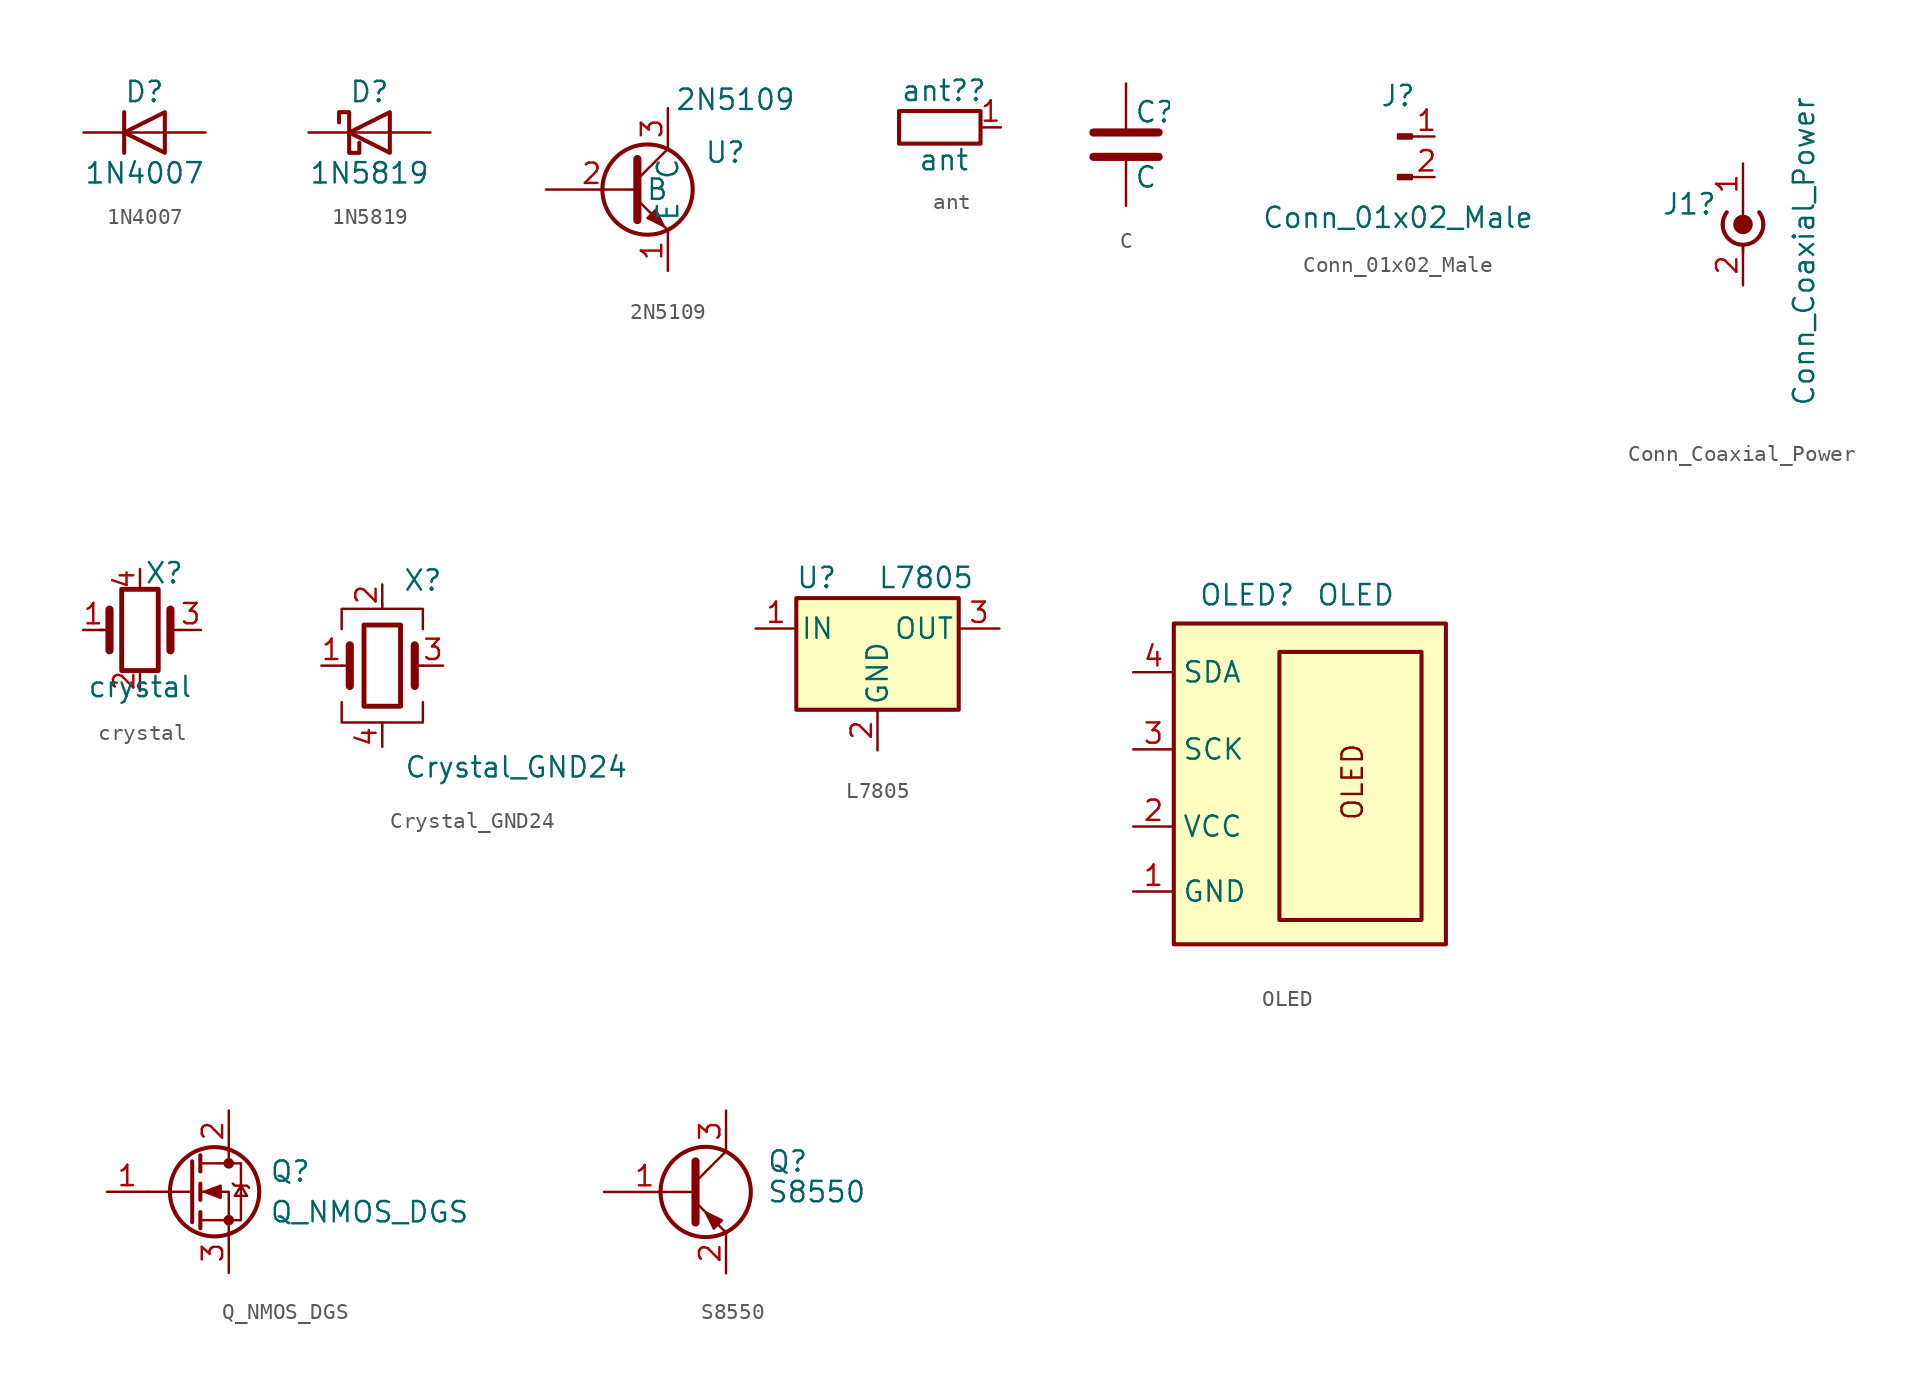
<source format=kicad_sym>
(kicad_symbol_lib
  (version 20211014)
  (generator kicad_symbol_editor)
  (symbol "1N4007"
    (pin_numbers hide)
    (pin_names
      (offset 1.016) hide)
    (property "Reference" "D"
      (at 0 2.54 0)
      (effects (font (size 1.27 1.27))))
    (property "Value" "1N4007"
      (at 0 -2.54 0)
      (effects (font (size 1.27 1.27))))
    (symbol "1N4007_0_1"
      (polyline (pts (xy -1.27 1.27) (xy -1.27 -1.27)) (stroke (width 0.254) (type default) (color 0 0 0 0)) (fill (type none)))
      (polyline (pts (xy 1.27 0) (xy -1.27 0)) (stroke (width 0) (type default) (color 0 0 0 0)) (fill (type none)))
      (polyline (pts (xy 1.27 1.27) (xy 1.27 -1.27) (xy -1.27 0) (xy 1.27 1.27)) (stroke (width 0.254) (type default) (color 0 0 0 0)) (fill (type none))))
    (symbol "1N4007_1_1"
      (pin passive line (at -3.81 0 0) (length 2.54) (name "K" (effects (font (size 1.27 1.27)))) (number "1" (effects (font (size 1.27 1.27)))))
      (pin passive line (at 3.81 0 180) (length 2.54) (name "A" (effects (font (size 1.27 1.27)))) (number "2" (effects (font (size 1.27 1.27)))))))
  (symbol "1N5819"
    (pin_numbers hide)
    (pin_names
      (offset 1.016) hide)
    (property "Reference" "D"
      (at 0 2.54 0)
      (effects (font (size 1.27 1.27))))
    (property "Value" "1N5819"
      (at 0 -2.54 0)
      (effects (font (size 1.27 1.27))))
    (symbol "1N5819_0_1"
      (polyline (pts (xy 1.27 0) (xy -1.27 0)) (stroke (width 0) (type default) (color 0 0 0 0)) (fill (type none)))
      (polyline (pts (xy 1.27 1.27) (xy 1.27 -1.27) (xy -1.27 0) (xy 1.27 1.27)) (stroke (width 0.254) (type default) (color 0 0 0 0)) (fill (type none)))
      (polyline (pts (xy -1.905 0.635) (xy -1.905 1.27) (xy -1.27 1.27) (xy -1.27 -1.27) (xy -0.635 -1.27) (xy -0.635 -0.635)) (stroke (width 0.254) (type default) (color 0 0 0 0)) (fill (type none))))
    (symbol "1N5819_1_1"
      (pin passive line (at -3.81 0 0) (length 2.54) (name "K" (effects (font (size 1.27 1.27)))) (number "1" (effects (font (size 1.27 1.27)))))
      (pin passive line (at 3.81 0 180) (length 2.54) (name "A" (effects (font (size 1.27 1.27)))) (number "2" (effects (font (size 1.27 1.27)))))))
  (symbol "2N5109"
    (property "Reference" "U"
      (at 11.201 -1.854 0)
      (effects (font (size 1.27 1.27))))
    (property "Value" "2N5109"
      (at 11.836 1.448 0)
      (effects (font (size 1.27 1.27))))
    (symbol "2N5109_0_1"
      (polyline (pts (xy 5.715 -3.531) (xy 7.62 -1.626)) (stroke (width 0) (type default) (color 0 0 0 0)) (fill (type none)))
      (polyline (pts (xy 5.715 -4.801) (xy 7.62 -6.706) (xy 7.62 -6.706)) (stroke (width 0) (type default) (color 0 0 0 0)) (fill (type none)))
      (polyline (pts (xy 5.715 -2.261) (xy 5.715 -6.071) (xy 5.715 -6.071)) (stroke (width 0.508) (type default) (color 0 0 0 0)) (fill (type none)))
      (polyline (pts (xy 6.35 -5.944) (xy 6.858 -5.436) (xy 7.366 -6.452) (xy 6.35 -5.944) (xy 6.35 -5.944)) (stroke (width 0) (type default) (color 0 0 0 0)) (fill (type outline)))
      (circle (center 6.35 -4.166) (radius 2.819) (stroke (width 0.254) (type default) (color 0 0 0 0)) (fill (type none))))
    (symbol "2N5109_1_1"
      (pin passive line (at 7.62 -9.246 90) (length 2.54) (name "E" (effects (font (size 1.27 1.27)))) (number "1" (effects (font (size 1.27 1.27)))))
      (pin passive line (at 0 -4.166 0) (length 5.715) (name "B" (effects (font (size 1.27 1.27)))) (number "2" (effects (font (size 1.27 1.27)))))
      (pin passive line (at 7.62 0.914 270) (length 2.54) (name "C" (effects (font (size 1.27 1.27)))) (number "3" (effects (font (size 1.27 1.27)))))))
  (symbol "ant"
    (property "Reference" "ant?"
      (at 0 2.286 0)
      (effects (font (size 1.27 1.27))))
    (property "Value" "ant"
      (at 0 -2.032 0)
      (effects (font (size 1.27 1.27))))
    (symbol "ant_0_1"
      (rectangle (start 2.286 -1.016) (end -2.794 1.016) (stroke (width 0.254) (type default) (color 0 0 0 0)) (fill (type none))))
    (symbol "ant_1_1"
      (pin passive line (at 3.556 0 180) (length 1.27) (name "~" (effects (font (size 1.27 1.27)))) (number "1" (effects (font (size 1.27 1.27)))))))
  (symbol "C"
    (pin_numbers hide)
    (pin_names
      (offset 0.254))
    (property "Reference" "C"
      (at 0.508 2.032 0)
      (effects (font (size 1.27 1.27)) (justify left)))
    (property "Value" "C"
      (at 0.508 -2.032 0)
      (effects (font (size 1.27 1.27)) (justify left)))
    (symbol "C_0_1"
      (polyline (pts (xy -2.032 -0.762) (xy 2.032 -0.762)) (stroke (width 0.508) (type default) (color 0 0 0 0)) (fill (type none)))
      (polyline (pts (xy -2.032 0.762) (xy 2.032 0.762)) (stroke (width 0.508) (type default) (color 0 0 0 0)) (fill (type none))))
    (symbol "C_1_1"
      (pin passive line (at 0 3.81 270) (length 2.794) (name "~" (effects (font (size 1.27 1.27)))) (number "1" (effects (font (size 1.27 1.27)))))
      (pin passive line (at 0 -3.81 90) (length 2.794) (name "~" (effects (font (size 1.27 1.27)))) (number "2" (effects (font (size 1.27 1.27)))))))
  (symbol "Conn_01x02_Male"
    (pin_names
      (offset 1.016) hide)
    (property "Reference" "J"
      (at 0 2.54 0)
      (effects (font (size 1.27 1.27))))
    (property "Value" "Conn_01x02_Male"
      (at 0 -5.08 0)
      (effects (font (size 1.27 1.27))))
    (symbol "Conn_01x02_Male_1_1"
      (polyline (pts (xy 1.27 -2.54) (xy 0.864 -2.54)) (stroke (width 0.152) (type default) (color 0 0 0 0)) (fill (type none)))
      (polyline (pts (xy 1.27 0) (xy 0.864 0)) (stroke (width 0.152) (type default) (color 0 0 0 0)) (fill (type none)))
      (rectangle (start 0.864 -2.413) (end 0 -2.667) (stroke (width 0.152) (type default) (color 0 0 0 0)) (fill (type outline)))
      (rectangle (start 0.864 0.127) (end 0 -0.127) (stroke (width 0.152) (type default) (color 0 0 0 0)) (fill (type outline)))
      (pin passive line (at 2.286 0 180) (length 1) (name "Pin_1" (effects (font (size 1.27 1.27)))) (number "1" (effects (font (size 1.27 1.27)))))
      (pin passive line (at 2.286 -2.54 180) (length 1) (name "Pin_2" (effects (font (size 1.27 1.27)))) (number "2" (effects (font (size 1.27 1.27)))))))
  (symbol "Conn_Coaxial_Power"
    (pin_names
      (offset 1.016) hide)
    (property "Reference" "J1"
      (at -5.08 0 0)
      (effects (font (size 1.27 1.27)) (justify left)))
    (property "Value" "Conn_Coaxial_Power"
      (at 3.81 -12.7 90)
      (effects (font (size 1.27 1.27)) (justify left)))
    (symbol "Conn_Coaxial_Power_0_1"
      (arc (start -1.27 -1.27) (mid 0 -2.54) (end 1.27 -1.27) (stroke (width 0.254) (type default) (color 0 0 0 0)) (fill (type none)))
      (arc (start -1.016 -0.508) (mid -1.2048 -0.8684) (end -1.27 -1.27) (stroke (width 0.254) (type default) (color 0 0 0 0)) (fill (type none)))
      (circle (center 0 -1.27) (radius 0.508) (stroke (width 0.203) (type default) (color 0 0 0 0)) (fill (type outline)))
      (polyline (pts (xy 0 -2.54) (xy 0 -3.048)) (stroke (width 0) (type default) (color 0 0 0 0)) (fill (type none)))
      (polyline (pts (xy 0 0) (xy 0 -1.27)) (stroke (width 0) (type default) (color 0 0 0 0)) (fill (type none)))
      (arc (start 1.27 -1.27) (mid 1.2048 -0.8684) (end 1.016 -0.508) (stroke (width 0.254) (type default) (color 0 0 0 0)) (fill (type none))))
    (symbol "Conn_Coaxial_Power_1_1"
      (pin passive line (at 0 2.54 270) (length 2.54) (name "In" (effects (font (size 1.27 1.27)))) (number "1" (effects (font (size 1.27 1.27)))))
      (pin power_out line (at 0 -5.08 90) (length 2.54) (name "Ext" (effects (font (size 1.27 1.27)))) (number "2" (effects (font (size 1.27 1.27)))))))
  (symbol "crystal"
    (property "Reference" "X"
      (at 1.524 3.556 0)
      (effects (font (size 1.27 1.27))))
    (property "Value" "crystal"
      (at 0 -3.556 0)
      (effects (font (size 1.27 1.27))))
    (symbol "crystal_0_1"
      (rectangle (start -1.143 2.54) (end 1.143 -2.54) (stroke (width 0.305) (type default) (color 0 0 0 0)) (fill (type none)))
      (polyline (pts (xy -2.54 0) (xy -1.905 0)) (stroke (width 0) (type default) (color 0 0 0 0)) (fill (type none)))
      (polyline (pts (xy -1.905 -1.27) (xy -1.905 1.27)) (stroke (width 0.508) (type default) (color 0 0 0 0)) (fill (type none)))
      (polyline (pts (xy 1.905 -1.27) (xy 1.905 1.27)) (stroke (width 0.508) (type default) (color 0 0 0 0)) (fill (type none)))
      (polyline (pts (xy 2.54 0) (xy 1.905 0)) (stroke (width 0) (type default) (color 0 0 0 0)) (fill (type none))))
    (symbol "crystal_1_1"
      (pin passive line (at -3.556 0 0) (length 1.27) (name "" (effects (font (size 1.27 1.27)))) (number "1" (effects (font (size 1.27 1.27)))))
      (pin passive line (at 0 -3.81 90) (length 1.27) (name "" (effects (font (size 1.27 1.27)))) (number "2" (effects (font (size 1.27 1.27)))))
      (pin passive line (at 3.81 0 180) (length 1.27) (name "" (effects (font (size 1.27 1.27)))) (number "3" (effects (font (size 1.27 1.27)))))
      (pin passive line (at 0 3.81 270) (length 1.27) (name "" (effects (font (size 1.27 1.27)))) (number "4" (effects (font (size 1.27 1.27)))))))
  (symbol "Crystal_GND24"
    (property "Reference" "X"
      (at 2.54 5.334 0)
      (effects (font (size 1.27 1.27))))
    (property "Value" "Crystal_GND24"
      (at 8.382 -6.35 0)
      (effects (font (size 1.27 1.27))))
    (symbol "Crystal_GND24_0_1"
      (rectangle (start -1.143 2.54) (end 1.143 -2.54) (stroke (width 0.305) (type default) (color 0 0 0 0)) (fill (type none)))
      (polyline (pts (xy -2.54 0) (xy -2.032 0)) (stroke (width 0) (type default) (color 0 0 0 0)) (fill (type none)))
      (polyline (pts (xy -2.032 -1.27) (xy -2.032 1.27)) (stroke (width 0.508) (type default) (color 0 0 0 0)) (fill (type none)))
      (polyline (pts (xy 0 -3.81) (xy 0 -3.556)) (stroke (width 0) (type default) (color 0 0 0 0)) (fill (type none)))
      (polyline (pts (xy 0 3.556) (xy 0 3.81)) (stroke (width 0) (type default) (color 0 0 0 0)) (fill (type none)))
      (polyline (pts (xy 2.032 -1.27) (xy 2.032 1.27)) (stroke (width 0.508) (type default) (color 0 0 0 0)) (fill (type none)))
      (polyline (pts (xy 2.032 0) (xy 2.54 0)) (stroke (width 0) (type default) (color 0 0 0 0)) (fill (type none)))
      (polyline (pts (xy -2.54 -2.286) (xy -2.54 -3.556) (xy 2.54 -3.556) (xy 2.54 -2.286)) (stroke (width 0) (type default) (color 0 0 0 0)) (fill (type none)))
      (polyline (pts (xy -2.54 2.286) (xy -2.54 3.556) (xy 2.54 3.556) (xy 2.54 2.286)) (stroke (width 0) (type default) (color 0 0 0 0)) (fill (type none))))
    (symbol "Crystal_GND24_1_1"
      (pin passive line (at -3.81 0 0) (length 1.27) (name "" (effects (font (size 1.27 1.27)))) (number "1" (effects (font (size 1.27 1.27)))))
      (pin passive line (at 0 5.08 270) (length 1.27) (name "" (effects (font (size 1.27 1.27)))) (number "2" (effects (font (size 1.27 1.27)))))
      (pin passive line (at 3.81 0 180) (length 1.27) (name "" (effects (font (size 1.27 1.27)))) (number "3" (effects (font (size 1.27 1.27)))))
      (pin passive line (at 0 -5.08 90) (length 1.27) (name "" (effects (font (size 1.27 1.27)))) (number "4" (effects (font (size 1.27 1.27)))))))
  (symbol "L7805"
    (pin_names
      (offset 0.254))
    (property "Reference" "U"
      (at -3.81 3.175 0)
      (effects (font (size 1.27 1.27))))
    (property "Value" "L7805"
      (at 0 3.175 0)
      (effects (font (size 1.27 1.27)) (justify left)))
    (symbol "L7805_0_1"
      (rectangle (start -5.08 1.905) (end 5.08 -5.08) (stroke (width 0.254) (type default) (color 0 0 0 0)) (fill (type background))))
    (symbol "L7805_1_1"
      (pin passive line (at -7.62 0 0) (length 2.54) (name "IN" (effects (font (size 1.27 1.27)))) (number "1" (effects (font (size 1.27 1.27)))))
      (pin passive line (at 0 -7.62 90) (length 2.54) (name "GND" (effects (font (size 1.27 1.27)))) (number "2" (effects (font (size 1.27 1.27)))))
      (pin passive line (at 7.62 0 180) (length 2.54) (name "OUT" (effects (font (size 1.27 1.27)))) (number "3" (effects (font (size 1.27 1.27)))))))
  (symbol "OLED"
    (property "Reference" "OLED"
      (at 0 11.684 0)
      (effects (font (size 1.27 1.27)) (justify right)))
    (property "Value" "OLED"
      (at 1.27 11.684 0)
      (effects (font (size 1.27 1.27)) (justify left)))
    (symbol "OLED_0_0"
      (text "OLED" (at 3.556 0 900) (effects (font (size 1.27 1.27)))))
    (symbol "OLED_0_1"
      (rectangle (start -7.62 9.906) (end 9.398 -10.16) (stroke (width 0.254) (type default) (color 0 0 0 0)) (fill (type background)))
      (rectangle (start -1.016 8.128) (end 7.874 -8.636) (stroke (width 0.254) (type default) (color 0 0 0 0)) (fill (type background))))
    (symbol "OLED_1_1"
      (pin input line (at -10.16 -6.858 0) (length 2.54) (name "GND" (effects (font (size 1.27 1.27)))) (number "1" (effects (font (size 1.27 1.27)))))
      (pin input line (at -10.16 -2.794 0) (length 2.54) (name "VCC" (effects (font (size 1.27 1.27)))) (number "2" (effects (font (size 1.27 1.27)))))
      (pin input line (at -10.16 2.032 0) (length 2.54) (name "SCK" (effects (font (size 1.27 1.27)))) (number "3" (effects (font (size 1.27 1.27)))))
      (pin input line (at -10.16 6.858 0) (length 2.54) (name "SDA" (effects (font (size 1.27 1.27)))) (number "4" (effects (font (size 1.27 1.27)))))))
  (symbol "Q_NMOS_DGS"
    (pin_names
      (offset 0) hide)
    (property "Reference" "Q"
      (at 5.08 1.27 0)
      (effects (font (size 1.27 1.27)) (justify left)))
    (property "Value" "Q_NMOS_DGS"
      (at 5.08 -1.27 0)
      (effects (font (size 1.27 1.27)) (justify left)))
    (symbol "Q_NMOS_DGS_0_1"
      (polyline (pts (xy 0.254 0) (xy -2.54 0)) (stroke (width 0) (type default) (color 0 0 0 0)) (fill (type none)))
      (polyline (pts (xy 0.254 1.905) (xy 0.254 -1.905)) (stroke (width 0.254) (type default) (color 0 0 0 0)) (fill (type none)))
      (polyline (pts (xy 0.762 -1.27) (xy 0.762 -2.286)) (stroke (width 0.254) (type default) (color 0 0 0 0)) (fill (type none)))
      (polyline (pts (xy 0.762 0.508) (xy 0.762 -0.508)) (stroke (width 0.254) (type default) (color 0 0 0 0)) (fill (type none)))
      (polyline (pts (xy 0.762 2.286) (xy 0.762 1.27)) (stroke (width 0.254) (type default) (color 0 0 0 0)) (fill (type none)))
      (polyline (pts (xy 2.54 2.54) (xy 2.54 1.778)) (stroke (width 0) (type default) (color 0 0 0 0)) (fill (type none)))
      (polyline (pts (xy 2.54 -2.54) (xy 2.54 0) (xy 0.762 0)) (stroke (width 0) (type default) (color 0 0 0 0)) (fill (type none)))
      (polyline (pts (xy 0.762 -1.778) (xy 3.302 -1.778) (xy 3.302 1.778) (xy 0.762 1.778)) (stroke (width 0) (type default) (color 0 0 0 0)) (fill (type none)))
      (polyline (pts (xy 1.016 0) (xy 2.032 0.381) (xy 2.032 -0.381) (xy 1.016 0)) (stroke (width 0) (type default) (color 0 0 0 0)) (fill (type outline)))
      (polyline (pts (xy 2.794 0.508) (xy 2.921 0.381) (xy 3.683 0.381) (xy 3.81 0.254)) (stroke (width 0) (type default) (color 0 0 0 0)) (fill (type none)))
      (polyline (pts (xy 3.302 0.381) (xy 2.921 -0.254) (xy 3.683 -0.254) (xy 3.302 0.381)) (stroke (width 0) (type default) (color 0 0 0 0)) (fill (type none)))
      (circle (center 1.651 0) (radius 2.794) (stroke (width 0.254) (type default) (color 0 0 0 0)) (fill (type none)))
      (circle (center 2.54 -1.778) (radius 0.254) (stroke (width 0) (type default) (color 0 0 0 0)) (fill (type outline)))
      (circle (center 2.54 1.778) (radius 0.254) (stroke (width 0) (type default) (color 0 0 0 0)) (fill (type outline))))
    (symbol "Q_NMOS_DGS_1_1"
      (pin input line (at -5.08 0 0) (length 2.54) (name "G" (effects (font (size 1.27 1.27)))) (number "1" (effects (font (size 1.27 1.27)))))
      (pin passive line (at 2.54 5.08 270) (length 2.54) (name "D" (effects (font (size 1.27 1.27)))) (number "2" (effects (font (size 1.27 1.27)))))
      (pin passive line (at 2.54 -5.08 90) (length 2.54) (name "S" (effects (font (size 1.27 1.27)))) (number "3" (effects (font (size 1.27 1.27)))))))
  (symbol "S8550"
    (pin_names
      (offset 0) hide)
    (property "Reference" "Q"
      (at 5.08 1.905 0)
      (effects (font (size 1.27 1.27)) (justify left)))
    (property "Value" "S8550"
      (at 5.08 0 0)
      (effects (font (size 1.27 1.27)) (justify left)))
    (symbol "S8550_0_1"
      (polyline (pts (xy 0 0) (xy 0.635 0)) (stroke (width 0) (type default) (color 0 0 0 0)) (fill (type none)))
      (polyline (pts (xy 2.54 -2.54) (xy 0.635 -0.635)) (stroke (width 0) (type default) (color 0 0 0 0)) (fill (type none)))
      (polyline (pts (xy 2.54 2.54) (xy 0.635 0.635)) (stroke (width 0) (type default) (color 0 0 0 0)) (fill (type none)))
      (polyline (pts (xy 0.635 1.905) (xy 0.635 -1.905) (xy 0.635 -1.905)) (stroke (width 0.508) (type default) (color 0 0 0 0)) (fill (type outline)))
      (polyline (pts (xy 1.778 -2.286) (xy 2.286 -1.778) (xy 1.27 -1.27) (xy 1.778 -2.286) (xy 1.778 -2.286)) (stroke (width 0) (type default) (color 0 0 0 0)) (fill (type outline)))
      (circle (center 1.27 0) (radius 2.819) (stroke (width 0.254) (type default) (color 0 0 0 0)) (fill (type none))))
    (symbol "S8550_1_1"
      (pin input line (at -5.08 0 0) (length 5.08) (name "B" (effects (font (size 1.27 1.27)))) (number "1" (effects (font (size 1.27 1.27)))))
      (pin passive line (at 2.54 -5.08 90) (length 2.54) (name "E" (effects (font (size 1.27 1.27)))) (number "2" (effects (font (size 1.27 1.27)))))
      (pin passive line (at 2.54 5.08 270) (length 2.54) (name "C" (effects (font (size 1.27 1.27)))) (number "3" (effects (font (size 1.27 1.27))))))))
</source>
